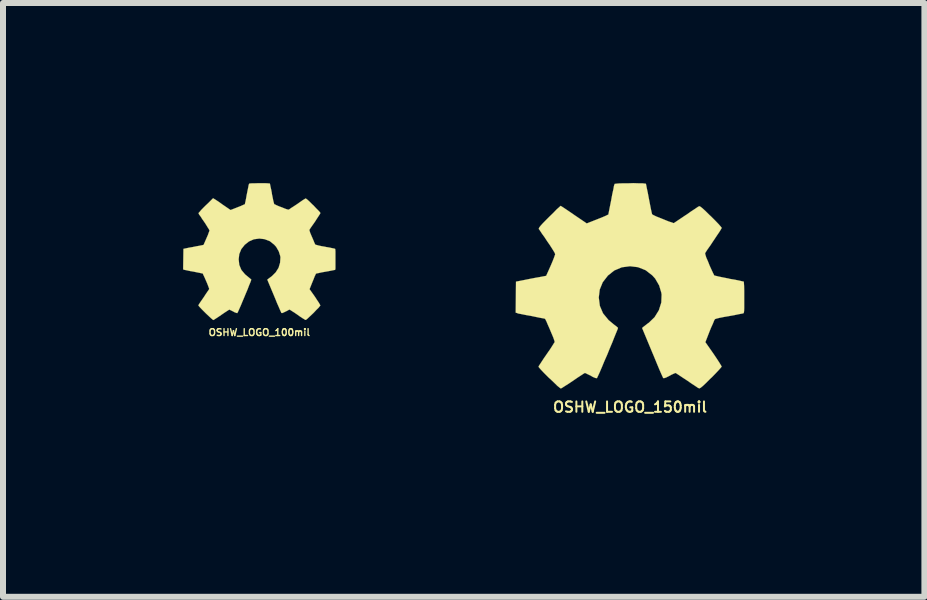
<source format=kicad_pcb>
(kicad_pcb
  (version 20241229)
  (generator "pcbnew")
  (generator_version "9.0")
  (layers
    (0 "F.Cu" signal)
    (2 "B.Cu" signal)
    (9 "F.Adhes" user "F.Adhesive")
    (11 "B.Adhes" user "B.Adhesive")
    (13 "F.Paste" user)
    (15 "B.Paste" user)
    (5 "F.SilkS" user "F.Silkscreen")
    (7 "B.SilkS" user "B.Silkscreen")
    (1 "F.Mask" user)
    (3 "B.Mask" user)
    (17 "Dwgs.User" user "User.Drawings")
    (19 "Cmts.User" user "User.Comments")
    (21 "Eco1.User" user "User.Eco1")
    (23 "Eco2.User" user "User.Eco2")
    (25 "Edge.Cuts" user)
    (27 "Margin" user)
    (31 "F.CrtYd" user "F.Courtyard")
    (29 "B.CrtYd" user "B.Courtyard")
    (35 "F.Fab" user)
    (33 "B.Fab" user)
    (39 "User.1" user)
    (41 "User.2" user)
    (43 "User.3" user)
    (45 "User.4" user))
  (footprint "OSHW_LOGO_150mil"
    (layer "F.Cu")
    (at 7.446 1.713)
    (property "Reference" "OSHW_LOGO_150mil" (at 0 2.019 0) (layer "F.SilkS") (effects (font (size 0.173 0.173) (thickness 0.033))))
    (attr through_hole)
    (fp_poly (pts (xy -1.153 1.709) (xy -1.133 1.699) (xy -1.09 1.671) (xy -1.026 1.631) (xy -0.95 1.58) (xy -0.876 1.529) (xy -0.813 1.488) (xy -0.77 1.46) (xy -0.752 1.45) (xy -0.742 1.453) (xy -0.706 1.471) (xy -0.653 1.496) (xy -0.625 1.514) (xy -0.577 1.534) (xy -0.551 1.537) (xy -0.549 1.532) (xy -0.531 1.494) (xy -0.503 1.433) (xy -0.467 1.349) (xy -0.427 1.252) (xy -0.381 1.148) (xy -0.338 1.041) (xy -0.295 0.94) (xy -0.259 0.848) (xy -0.229 0.775) (xy -0.208 0.724) (xy -0.201 0.701) (xy -0.203 0.696) (xy -0.229 0.673) (xy -0.269 0.643) (xy -0.358 0.569) (xy -0.45 0.457) (xy -0.503 0.333) (xy -0.521 0.193) (xy -0.505 0.061) (xy -0.455 -0.061) (xy -0.368 -0.173) (xy -0.262 -0.257) (xy -0.137 -0.31) (xy 0 -0.328) (xy 0.132 -0.312) (xy 0.259 -0.262) (xy 0.371 -0.175) (xy 0.419 -0.122) (xy 0.485 -0.008) (xy 0.521 0.112) (xy 0.526 0.145) (xy 0.521 0.277) (xy 0.48 0.406) (xy 0.409 0.521) (xy 0.312 0.615) (xy 0.3 0.622) (xy 0.254 0.658) (xy 0.224 0.681) (xy 0.201 0.701) (xy 0.371 1.11) (xy 0.399 1.176) (xy 0.445 1.288) (xy 0.485 1.384) (xy 0.518 1.46) (xy 0.541 1.511) (xy 0.551 1.532) (xy 0.551 1.534) (xy 0.566 1.537) (xy 0.599 1.527) (xy 0.655 1.499) (xy 0.693 1.478) (xy 0.737 1.458) (xy 0.757 1.45) (xy 0.772 1.458) (xy 0.815 1.486) (xy 0.876 1.527) (xy 0.95 1.575) (xy 1.019 1.623) (xy 1.085 1.666) (xy 1.13 1.697) (xy 1.153 1.707) (xy 1.156 1.707) (xy 1.176 1.697) (xy 1.214 1.666) (xy 1.27 1.613) (xy 1.349 1.534) (xy 1.361 1.524) (xy 1.425 1.458) (xy 1.478 1.402) (xy 1.514 1.361) (xy 1.527 1.344) (xy 1.514 1.321) (xy 1.486 1.275) (xy 1.443 1.209) (xy 1.392 1.133) (xy 1.255 0.937) (xy 1.328 0.749) (xy 1.351 0.693) (xy 1.382 0.625) (xy 1.402 0.574) (xy 1.415 0.554) (xy 1.435 0.546) (xy 1.486 0.533) (xy 1.56 0.518) (xy 1.648 0.503) (xy 1.732 0.488) (xy 1.808 0.472) (xy 1.862 0.462) (xy 1.887 0.457) (xy 1.892 0.452) (xy 1.897 0.442) (xy 1.9 0.417) (xy 1.902 0.368) (xy 1.902 0.297) (xy 1.902 0.193) (xy 1.902 0.18) (xy 1.902 0.081) (xy 1.9 0) (xy 1.897 -0.051) (xy 1.895 -0.071) (xy 1.872 -0.076) (xy 1.816 -0.089) (xy 1.742 -0.104) (xy 1.651 -0.119) (xy 1.646 -0.122) (xy 1.554 -0.14) (xy 1.481 -0.155) (xy 1.427 -0.168) (xy 1.405 -0.173) (xy 1.4 -0.18) (xy 1.382 -0.216) (xy 1.356 -0.272) (xy 1.326 -0.338) (xy 1.298 -0.409) (xy 1.27 -0.472) (xy 1.255 -0.521) (xy 1.25 -0.544) (xy 1.262 -0.564) (xy 1.293 -0.612) (xy 1.339 -0.676) (xy 1.389 -0.752) (xy 1.394 -0.759) (xy 1.445 -0.836) (xy 1.488 -0.899) (xy 1.516 -0.945) (xy 1.527 -0.965) (xy 1.527 -0.968) (xy 1.509 -0.991) (xy 1.471 -1.034) (xy 1.415 -1.092) (xy 1.349 -1.158) (xy 1.326 -1.179) (xy 1.252 -1.252) (xy 1.201 -1.298) (xy 1.168 -1.323) (xy 1.153 -1.328) (xy 1.13 -1.316) (xy 1.082 -1.283) (xy 1.016 -1.24) (xy 0.94 -1.186) (xy 0.935 -1.184) (xy 0.859 -1.133) (xy 0.795 -1.09) (xy 0.749 -1.059) (xy 0.729 -1.046) (xy 0.726 -1.046) (xy 0.696 -1.057) (xy 0.643 -1.074) (xy 0.574 -1.102) (xy 0.505 -1.13) (xy 0.439 -1.156) (xy 0.391 -1.179) (xy 0.371 -1.191) (xy 0.368 -1.191) (xy 0.361 -1.219) (xy 0.348 -1.278) (xy 0.333 -1.354) (xy 0.315 -1.448) (xy 0.312 -1.463) (xy 0.295 -1.554) (xy 0.279 -1.628) (xy 0.269 -1.681) (xy 0.264 -1.702) (xy 0.251 -1.704) (xy 0.206 -1.709) (xy 0.14 -1.709) (xy 0.056 -1.712) (xy -0.028 -1.709) (xy -0.112 -1.709) (xy -0.183 -1.707) (xy -0.236 -1.702) (xy -0.257 -1.699) (xy -0.257 -1.697) (xy -0.267 -1.669) (xy -0.277 -1.613) (xy -0.295 -1.532) (xy -0.312 -1.44) (xy -0.315 -1.422) (xy -0.333 -1.333) (xy -0.348 -1.257) (xy -0.358 -1.206) (xy -0.363 -1.186) (xy -0.373 -1.184) (xy -0.409 -1.166) (xy -0.47 -1.14) (xy -0.546 -1.11) (xy -0.721 -1.041) (xy -0.935 -1.186) (xy -0.953 -1.199) (xy -1.031 -1.252) (xy -1.095 -1.295) (xy -1.138 -1.323) (xy -1.156 -1.333) (xy -1.158 -1.333) (xy -1.179 -1.313) (xy -1.222 -1.275) (xy -1.278 -1.217) (xy -1.346 -1.151) (xy -1.397 -1.1) (xy -1.455 -1.041) (xy -1.491 -1.001) (xy -1.511 -0.975) (xy -1.519 -0.96) (xy -1.519 -0.947) (xy -1.504 -0.927) (xy -1.473 -0.879) (xy -1.427 -0.815) (xy -1.377 -0.739) (xy -1.333 -0.676) (xy -1.288 -0.605) (xy -1.257 -0.554) (xy -1.247 -0.528) (xy -1.25 -0.518) (xy -1.265 -0.475) (xy -1.29 -0.411) (xy -1.321 -0.338) (xy -1.397 -0.168) (xy -1.506 -0.147) (xy -1.575 -0.135) (xy -1.669 -0.117) (xy -1.758 -0.099) (xy -1.9 -0.071) (xy -1.905 0.445) (xy -1.882 0.452) (xy -1.862 0.46) (xy -1.808 0.47) (xy -1.735 0.485) (xy -1.648 0.5) (xy -1.572 0.516) (xy -1.499 0.531) (xy -1.443 0.541) (xy -1.42 0.546) (xy -1.412 0.554) (xy -1.394 0.589) (xy -1.369 0.648) (xy -1.339 0.716) (xy -1.308 0.79) (xy -1.28 0.856) (xy -1.262 0.907) (xy -1.255 0.935) (xy -1.267 0.953) (xy -1.295 0.998) (xy -1.336 1.062) (xy -1.387 1.135) (xy -1.438 1.209) (xy -1.481 1.275) (xy -1.511 1.321) (xy -1.524 1.341) (xy -1.519 1.356) (xy -1.488 1.392) (xy -1.433 1.45) (xy -1.349 1.534) (xy -1.333 1.547) (xy -1.267 1.61) (xy -1.212 1.664) (xy -1.171 1.697) (xy -1.153 1.709)) (stroke (width 0.003) (type solid)) (fill yes) (layer "F.SilkS")))
  (footprint "OSHW_LOGO_100mil"
    (layer "F.Cu")
    (at 1.271 1.142)
    (property "Reference" "OSHW_LOGO_100mil" (at 0 1.346 0) (layer "F.SilkS") (effects (font (size 0.114 0.114) (thickness 0.023))))
    (attr through_hole)
    (fp_poly (pts (xy -0.77 1.14) (xy -0.754 1.133) (xy -0.726 1.115) (xy -0.683 1.087) (xy -0.632 1.052) (xy -0.584 1.019) (xy -0.541 0.991) (xy -0.513 0.973) (xy -0.5 0.965) (xy -0.495 0.968) (xy -0.47 0.98) (xy -0.434 0.998) (xy -0.417 1.008) (xy -0.384 1.021) (xy -0.368 1.024) (xy -0.366 1.021) (xy -0.353 0.996) (xy -0.335 0.955) (xy -0.31 0.899) (xy -0.284 0.836) (xy -0.254 0.765) (xy -0.224 0.693) (xy -0.196 0.627) (xy -0.173 0.566) (xy -0.152 0.516) (xy -0.14 0.483) (xy -0.135 0.467) (xy -0.135 0.465) (xy -0.152 0.45) (xy -0.18 0.427) (xy -0.239 0.378) (xy -0.3 0.305) (xy -0.335 0.221) (xy -0.345 0.127) (xy -0.335 0.041) (xy -0.302 -0.041) (xy -0.244 -0.114) (xy -0.173 -0.17) (xy -0.091 -0.206) (xy 0 -0.218) (xy 0.086 -0.208) (xy 0.173 -0.175) (xy 0.246 -0.117) (xy 0.279 -0.081) (xy 0.323 -0.005) (xy 0.348 0.074) (xy 0.351 0.097) (xy 0.345 0.185) (xy 0.32 0.269) (xy 0.272 0.345) (xy 0.208 0.409) (xy 0.201 0.414) (xy 0.17 0.437) (xy 0.15 0.452) (xy 0.132 0.467) (xy 0.246 0.739) (xy 0.264 0.782) (xy 0.295 0.859) (xy 0.323 0.922) (xy 0.345 0.973) (xy 0.361 1.008) (xy 0.366 1.021) (xy 0.368 1.021) (xy 0.378 1.024) (xy 0.399 1.016) (xy 0.437 0.998) (xy 0.462 0.986) (xy 0.49 0.97) (xy 0.503 0.965) (xy 0.516 0.973) (xy 0.544 0.991) (xy 0.584 1.016) (xy 0.632 1.049) (xy 0.678 1.082) (xy 0.721 1.11) (xy 0.754 1.13) (xy 0.767 1.138) (xy 0.77 1.138) (xy 0.785 1.13) (xy 0.808 1.11) (xy 0.846 1.074) (xy 0.899 1.024) (xy 0.907 1.016) (xy 0.95 0.97) (xy 0.986 0.935) (xy 1.008 0.907) (xy 1.016 0.897) (xy 1.008 0.881) (xy 0.991 0.851) (xy 0.96 0.805) (xy 0.927 0.754) (xy 0.836 0.625) (xy 0.886 0.5) (xy 0.902 0.462) (xy 0.919 0.417) (xy 0.935 0.384) (xy 0.942 0.368) (xy 0.955 0.363) (xy 0.991 0.356) (xy 1.039 0.345) (xy 1.097 0.335) (xy 1.153 0.325) (xy 1.204 0.315) (xy 1.242 0.307) (xy 1.257 0.305) (xy 1.262 0.302) (xy 1.265 0.295) (xy 1.267 0.277) (xy 1.267 0.246) (xy 1.267 0.198) (xy 1.267 0.127) (xy 1.267 0.119) (xy 1.267 0.053) (xy 1.267 0) (xy 1.265 -0.033) (xy 1.262 -0.046) (xy 1.247 -0.051) (xy 1.212 -0.058) (xy 1.161 -0.069) (xy 1.1 -0.079) (xy 1.097 -0.081) (xy 1.036 -0.091) (xy 0.986 -0.102) (xy 0.95 -0.112) (xy 0.935 -0.114) (xy 0.932 -0.119) (xy 0.919 -0.142) (xy 0.904 -0.18) (xy 0.884 -0.226) (xy 0.864 -0.272) (xy 0.846 -0.315) (xy 0.836 -0.348) (xy 0.833 -0.361) (xy 0.841 -0.376) (xy 0.861 -0.406) (xy 0.892 -0.45) (xy 0.927 -0.5) (xy 0.93 -0.505) (xy 0.963 -0.556) (xy 0.991 -0.599) (xy 1.011 -0.63) (xy 1.016 -0.643) (xy 1.016 -0.645) (xy 1.006 -0.66) (xy 0.98 -0.688) (xy 0.942 -0.726) (xy 0.899 -0.772) (xy 0.884 -0.785) (xy 0.836 -0.833) (xy 0.8 -0.866) (xy 0.78 -0.881) (xy 0.77 -0.886) (xy 0.754 -0.876) (xy 0.721 -0.856) (xy 0.678 -0.826) (xy 0.627 -0.79) (xy 0.622 -0.787) (xy 0.572 -0.754) (xy 0.528 -0.726) (xy 0.5 -0.706) (xy 0.485 -0.699) (xy 0.462 -0.704) (xy 0.427 -0.716) (xy 0.384 -0.734) (xy 0.335 -0.752) (xy 0.292 -0.77) (xy 0.262 -0.785) (xy 0.246 -0.792) (xy 0.246 -0.795) (xy 0.241 -0.813) (xy 0.231 -0.851) (xy 0.221 -0.902) (xy 0.208 -0.965) (xy 0.208 -0.975) (xy 0.196 -1.036) (xy 0.185 -1.085) (xy 0.178 -1.12) (xy 0.175 -1.135) (xy 0.168 -1.135) (xy 0.137 -1.138) (xy 0.091 -1.14) (xy 0.038 -1.14) (xy -0.018 -1.14) (xy -0.074 -1.138) (xy -0.122 -1.138) (xy -0.157 -1.135) (xy -0.17 -1.133) (xy -0.17 -1.13) (xy -0.178 -1.113) (xy -0.185 -1.074) (xy -0.196 -1.021) (xy -0.208 -0.96) (xy -0.211 -0.947) (xy -0.221 -0.889) (xy -0.231 -0.838) (xy -0.239 -0.805) (xy -0.241 -0.79) (xy -0.249 -0.787) (xy -0.272 -0.777) (xy -0.312 -0.759) (xy -0.363 -0.739) (xy -0.48 -0.693) (xy -0.622 -0.79) (xy -0.635 -0.8) (xy -0.686 -0.836) (xy -0.729 -0.864) (xy -0.757 -0.881) (xy -0.77 -0.889) (xy -0.772 -0.889) (xy -0.785 -0.876) (xy -0.813 -0.848) (xy -0.851 -0.81) (xy -0.897 -0.767) (xy -0.93 -0.734) (xy -0.97 -0.693) (xy -0.993 -0.665) (xy -1.008 -0.65) (xy -1.013 -0.64) (xy -1.011 -0.632) (xy -1.003 -0.617) (xy -0.98 -0.587) (xy -0.953 -0.544) (xy -0.917 -0.493) (xy -0.889 -0.45) (xy -0.859 -0.401) (xy -0.838 -0.368) (xy -0.831 -0.351) (xy -0.833 -0.345) (xy -0.843 -0.318) (xy -0.859 -0.274) (xy -0.881 -0.224) (xy -0.93 -0.112) (xy -1.003 -0.097) (xy -1.049 -0.089) (xy -1.113 -0.076) (xy -1.171 -0.066) (xy -1.265 -0.046) (xy -1.27 0.295) (xy -1.255 0.302) (xy -1.24 0.305) (xy -1.206 0.312) (xy -1.156 0.323) (xy -1.097 0.333) (xy -1.049 0.343) (xy -0.998 0.353) (xy -0.963 0.361) (xy -0.945 0.363) (xy -0.942 0.368) (xy -0.93 0.394) (xy -0.912 0.432) (xy -0.892 0.478) (xy -0.871 0.526) (xy -0.853 0.572) (xy -0.841 0.605) (xy -0.836 0.622) (xy -0.843 0.635) (xy -0.864 0.665) (xy -0.892 0.706) (xy -0.925 0.757) (xy -0.958 0.805) (xy -0.988 0.848) (xy -1.008 0.879) (xy -1.016 0.894) (xy -1.011 0.904) (xy -0.991 0.927) (xy -0.955 0.965) (xy -0.899 1.021) (xy -0.889 1.031) (xy -0.843 1.074) (xy -0.808 1.107) (xy -0.78 1.13) (xy -0.77 1.14)) (stroke (width 0.003) (type solid)) (fill yes) (layer "F.SilkS")))
  (gr_rect
    (start -3 -3)
    (end 12.35 6.892)
    (stroke (width 0.1) (type default))
    (fill no)
    (layer "Edge.Cuts")))
</source>
